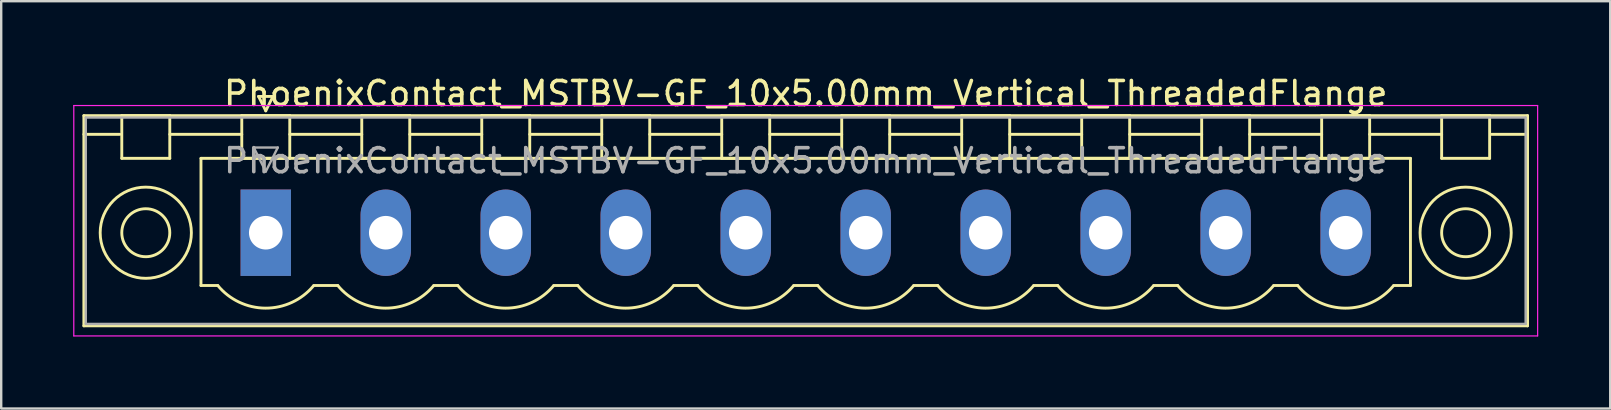
<source format=kicad_pcb>
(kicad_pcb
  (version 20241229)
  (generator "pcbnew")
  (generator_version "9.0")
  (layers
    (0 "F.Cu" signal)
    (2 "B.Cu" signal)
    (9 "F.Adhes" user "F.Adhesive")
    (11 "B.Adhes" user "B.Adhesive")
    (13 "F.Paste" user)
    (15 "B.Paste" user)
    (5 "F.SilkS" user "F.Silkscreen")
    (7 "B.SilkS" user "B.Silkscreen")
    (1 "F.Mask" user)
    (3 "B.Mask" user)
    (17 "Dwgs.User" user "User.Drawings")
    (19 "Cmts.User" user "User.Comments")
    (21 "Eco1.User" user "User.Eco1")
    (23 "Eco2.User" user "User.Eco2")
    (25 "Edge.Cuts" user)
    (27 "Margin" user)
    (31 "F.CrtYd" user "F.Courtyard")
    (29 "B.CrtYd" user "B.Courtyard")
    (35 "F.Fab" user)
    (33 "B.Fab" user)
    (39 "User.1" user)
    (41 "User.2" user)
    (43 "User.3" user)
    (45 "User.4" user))
  (footprint "PhoenixContact_MSTBV-GF_10x5.00mm_Vertical_ThreadedFlange"
    (layer "F.Cu")
    (at 8.025 6.648)
    (property "Reference" "PhoenixContact_MSTBV-GF_10x5.00mm_Vertical_ThreadedFlange" (at 22.5 -5.8 0) (layer "F.SilkS") (effects (font (size 1 1) (thickness 0.15))))
    (attr through_hole)
    (fp_line (start -7.58 -4.88) (end -7.58 3.88) (stroke (width 0.12) (type solid)) (layer "F.SilkS"))
    (fp_line (start -7.58 -4.1) (end -6.08 -4.1) (stroke (width 0.12) (type solid)) (layer "F.SilkS"))
    (fp_line (start -7.58 3.88) (end 52.58 3.88) (stroke (width 0.12) (type solid)) (layer "F.SilkS"))
    (fp_line (start -6 -4.88) (end -4 -4.88) (stroke (width 0.12) (type solid)) (layer "F.SilkS"))
    (fp_line (start -6 -3.1) (end -6 -4.88) (stroke (width 0.12) (type solid)) (layer "F.SilkS"))
    (fp_line (start -4 -4.88) (end -4 -3.1) (stroke (width 0.12) (type solid)) (layer "F.SilkS"))
    (fp_line (start -4 -4.1) (end -1 -4.1) (stroke (width 0.12) (type solid)) (layer "F.SilkS"))
    (fp_line (start -4 -3.1) (end -6 -3.1) (stroke (width 0.12) (type solid)) (layer "F.SilkS"))
    (fp_line (start -2.7 -3.1) (end 47.7 -3.1) (stroke (width 0.12) (type solid)) (layer "F.SilkS"))
    (fp_line (start -2.7 2.2) (end -2.7 -3.1) (stroke (width 0.12) (type solid)) (layer "F.SilkS"))
    (fp_line (start -2 2.2) (end -2.7 2.2) (stroke (width 0.12) (type solid)) (layer "F.SilkS"))
    (fp_line (start -1 -4.88) (end 1 -4.88) (stroke (width 0.12) (type solid)) (layer "F.SilkS"))
    (fp_line (start -1 -3.1) (end -1 -4.88) (stroke (width 0.12) (type solid)) (layer "F.SilkS"))
    (fp_line (start -0.3 -5.68) (end 0.3 -5.68) (stroke (width 0.12) (type solid)) (layer "F.SilkS"))
    (fp_line (start 0 -5.08) (end -0.3 -5.68) (stroke (width 0.12) (type solid)) (layer "F.SilkS"))
    (fp_line (start 0.3 -5.68) (end 0 -5.08) (stroke (width 0.12) (type solid)) (layer "F.SilkS"))
    (fp_line (start 1 -4.88) (end 1 -3.1) (stroke (width 0.12) (type solid)) (layer "F.SilkS"))
    (fp_line (start 1 -4.1) (end 4 -4.1) (stroke (width 0.12) (type solid)) (layer "F.SilkS"))
    (fp_line (start 1 -3.1) (end -1 -3.1) (stroke (width 0.12) (type solid)) (layer "F.SilkS"))
    (fp_line (start 2 2.2) (end 3 2.2) (stroke (width 0.12) (type solid)) (layer "F.SilkS"))
    (fp_line (start 4 -4.88) (end 6 -4.88) (stroke (width 0.12) (type solid)) (layer "F.SilkS"))
    (fp_line (start 4 -3.1) (end 4 -4.88) (stroke (width 0.12) (type solid)) (layer "F.SilkS"))
    (fp_line (start 6 -4.88) (end 6 -3.1) (stroke (width 0.12) (type solid)) (layer "F.SilkS"))
    (fp_line (start 6 -4.1) (end 9 -4.1) (stroke (width 0.12) (type solid)) (layer "F.SilkS"))
    (fp_line (start 6 -3.1) (end 4 -3.1) (stroke (width 0.12) (type solid)) (layer "F.SilkS"))
    (fp_line (start 7 2.2) (end 8 2.2) (stroke (width 0.12) (type solid)) (layer "F.SilkS"))
    (fp_line (start 9 -4.88) (end 11 -4.88) (stroke (width 0.12) (type solid)) (layer "F.SilkS"))
    (fp_line (start 9 -3.1) (end 9 -4.88) (stroke (width 0.12) (type solid)) (layer "F.SilkS"))
    (fp_line (start 11 -4.88) (end 11 -3.1) (stroke (width 0.12) (type solid)) (layer "F.SilkS"))
    (fp_line (start 11 -4.1) (end 14 -4.1) (stroke (width 0.12) (type solid)) (layer "F.SilkS"))
    (fp_line (start 11 -3.1) (end 9 -3.1) (stroke (width 0.12) (type solid)) (layer "F.SilkS"))
    (fp_line (start 12 2.2) (end 13 2.2) (stroke (width 0.12) (type solid)) (layer "F.SilkS"))
    (fp_line (start 14 -4.88) (end 16 -4.88) (stroke (width 0.12) (type solid)) (layer "F.SilkS"))
    (fp_line (start 14 -3.1) (end 14 -4.88) (stroke (width 0.12) (type solid)) (layer "F.SilkS"))
    (fp_line (start 16 -4.88) (end 16 -3.1) (stroke (width 0.12) (type solid)) (layer "F.SilkS"))
    (fp_line (start 16 -4.1) (end 19 -4.1) (stroke (width 0.12) (type solid)) (layer "F.SilkS"))
    (fp_line (start 16 -3.1) (end 14 -3.1) (stroke (width 0.12) (type solid)) (layer "F.SilkS"))
    (fp_line (start 17 2.2) (end 18 2.2) (stroke (width 0.12) (type solid)) (layer "F.SilkS"))
    (fp_line (start 19 -4.88) (end 21 -4.88) (stroke (width 0.12) (type solid)) (layer "F.SilkS"))
    (fp_line (start 19 -3.1) (end 19 -4.88) (stroke (width 0.12) (type solid)) (layer "F.SilkS"))
    (fp_line (start 21 -4.88) (end 21 -3.1) (stroke (width 0.12) (type solid)) (layer "F.SilkS"))
    (fp_line (start 21 -4.1) (end 24 -4.1) (stroke (width 0.12) (type solid)) (layer "F.SilkS"))
    (fp_line (start 21 -3.1) (end 19 -3.1) (stroke (width 0.12) (type solid)) (layer "F.SilkS"))
    (fp_line (start 22 2.2) (end 23 2.2) (stroke (width 0.12) (type solid)) (layer "F.SilkS"))
    (fp_line (start 24 -4.88) (end 26 -4.88) (stroke (width 0.12) (type solid)) (layer "F.SilkS"))
    (fp_line (start 24 -3.1) (end 24 -4.88) (stroke (width 0.12) (type solid)) (layer "F.SilkS"))
    (fp_line (start 26 -4.88) (end 26 -3.1) (stroke (width 0.12) (type solid)) (layer "F.SilkS"))
    (fp_line (start 26 -4.1) (end 29 -4.1) (stroke (width 0.12) (type solid)) (layer "F.SilkS"))
    (fp_line (start 26 -3.1) (end 24 -3.1) (stroke (width 0.12) (type solid)) (layer "F.SilkS"))
    (fp_line (start 27 2.2) (end 28 2.2) (stroke (width 0.12) (type solid)) (layer "F.SilkS"))
    (fp_line (start 29 -4.88) (end 31 -4.88) (stroke (width 0.12) (type solid)) (layer "F.SilkS"))
    (fp_line (start 29 -3.1) (end 29 -4.88) (stroke (width 0.12) (type solid)) (layer "F.SilkS"))
    (fp_line (start 31 -4.88) (end 31 -3.1) (stroke (width 0.12) (type solid)) (layer "F.SilkS"))
    (fp_line (start 31 -4.1) (end 34 -4.1) (stroke (width 0.12) (type solid)) (layer "F.SilkS"))
    (fp_line (start 31 -3.1) (end 29 -3.1) (stroke (width 0.12) (type solid)) (layer "F.SilkS"))
    (fp_line (start 32 2.2) (end 33 2.2) (stroke (width 0.12) (type solid)) (layer "F.SilkS"))
    (fp_line (start 34 -4.88) (end 36 -4.88) (stroke (width 0.12) (type solid)) (layer "F.SilkS"))
    (fp_line (start 34 -3.1) (end 34 -4.88) (stroke (width 0.12) (type solid)) (layer "F.SilkS"))
    (fp_line (start 36 -4.88) (end 36 -3.1) (stroke (width 0.12) (type solid)) (layer "F.SilkS"))
    (fp_line (start 36 -4.1) (end 39 -4.1) (stroke (width 0.12) (type solid)) (layer "F.SilkS"))
    (fp_line (start 36 -3.1) (end 34 -3.1) (stroke (width 0.12) (type solid)) (layer "F.SilkS"))
    (fp_line (start 37 2.2) (end 38 2.2) (stroke (width 0.12) (type solid)) (layer "F.SilkS"))
    (fp_line (start 39 -4.88) (end 41 -4.88) (stroke (width 0.12) (type solid)) (layer "F.SilkS"))
    (fp_line (start 39 -3.1) (end 39 -4.88) (stroke (width 0.12) (type solid)) (layer "F.SilkS"))
    (fp_line (start 41 -4.88) (end 41 -3.1) (stroke (width 0.12) (type solid)) (layer "F.SilkS"))
    (fp_line (start 41 -4.1) (end 44 -4.1) (stroke (width 0.12) (type solid)) (layer "F.SilkS"))
    (fp_line (start 41 -3.1) (end 39 -3.1) (stroke (width 0.12) (type solid)) (layer "F.SilkS"))
    (fp_line (start 42 2.2) (end 43 2.2) (stroke (width 0.12) (type solid)) (layer "F.SilkS"))
    (fp_line (start 44 -4.88) (end 46 -4.88) (stroke (width 0.12) (type solid)) (layer "F.SilkS"))
    (fp_line (start 44 -3.1) (end 44 -4.88) (stroke (width 0.12) (type solid)) (layer "F.SilkS"))
    (fp_line (start 46 -4.88) (end 46 -3.1) (stroke (width 0.12) (type solid)) (layer "F.SilkS"))
    (fp_line (start 46 -4.1) (end 49 -4.1) (stroke (width 0.12) (type solid)) (layer "F.SilkS"))
    (fp_line (start 46 -3.1) (end 44 -3.1) (stroke (width 0.12) (type solid)) (layer "F.SilkS"))
    (fp_line (start 47.7 -3.1) (end 47.7 2.2) (stroke (width 0.12) (type solid)) (layer "F.SilkS"))
    (fp_line (start 47.7 2.2) (end 47 2.2) (stroke (width 0.12) (type solid)) (layer "F.SilkS"))
    (fp_line (start 49 -4.88) (end 51 -4.88) (stroke (width 0.12) (type solid)) (layer "F.SilkS"))
    (fp_line (start 49 -3.1) (end 49 -4.88) (stroke (width 0.12) (type solid)) (layer "F.SilkS"))
    (fp_line (start 51 -4.88) (end 51 -3.1) (stroke (width 0.12) (type solid)) (layer "F.SilkS"))
    (fp_line (start 51 -3.1) (end 49 -3.1) (stroke (width 0.12) (type solid)) (layer "F.SilkS"))
    (fp_line (start 52.58 -4.88) (end -7.58 -4.88) (stroke (width 0.12) (type solid)) (layer "F.SilkS"))
    (fp_line (start 52.58 -4.1) (end 51.08 -4.1) (stroke (width 0.12) (type solid)) (layer "F.SilkS"))
    (fp_line (start 52.58 3.88) (end 52.58 -4.88) (stroke (width 0.12) (type solid)) (layer "F.SilkS"))
    (fp_arc (start 1.986842 2.215821) (mid -0.010289 3.142758) (end -2 2.2) (stroke (width 0.12) (type solid)) (layer "F.SilkS"))
    (fp_arc (start 6.986842 2.215821) (mid 4.989711 3.142758) (end 3 2.2) (stroke (width 0.12) (type solid)) (layer "F.SilkS"))
    (fp_arc (start 11.986842 2.215821) (mid 9.989711 3.142758) (end 8 2.2) (stroke (width 0.12) (type solid)) (layer "F.SilkS"))
    (fp_arc (start 16.986842 2.215821) (mid 14.989711 3.142758) (end 13 2.2) (stroke (width 0.12) (type solid)) (layer "F.SilkS"))
    (fp_arc (start 21.986842 2.215821) (mid 19.989711 3.142758) (end 18 2.2) (stroke (width 0.12) (type solid)) (layer "F.SilkS"))
    (fp_arc (start 26.986842 2.215821) (mid 24.989711 3.142758) (end 23 2.2) (stroke (width 0.12) (type solid)) (layer "F.SilkS"))
    (fp_arc (start 31.986842 2.215821) (mid 29.989711 3.142758) (end 28 2.2) (stroke (width 0.12) (type solid)) (layer "F.SilkS"))
    (fp_arc (start 36.986842 2.215821) (mid 34.989711 3.142758) (end 33 2.2) (stroke (width 0.12) (type solid)) (layer "F.SilkS"))
    (fp_arc (start 41.986842 2.215821) (mid 39.989711 3.142758) (end 38 2.2) (stroke (width 0.12) (type solid)) (layer "F.SilkS"))
    (fp_arc (start 46.986842 2.215821) (mid 44.989711 3.142758) (end 43 2.2) (stroke (width 0.12) (type solid)) (layer "F.SilkS"))
    (fp_circle (center -5 0) (end -4 0) (stroke (width 0.12) (type solid)) (fill no) (layer "F.SilkS"))
    (fp_circle (center -5 0) (end -3.1 0) (stroke (width 0.12) (type solid)) (fill no) (layer "F.SilkS"))
    (fp_circle (center 50 0) (end 51 0) (stroke (width 0.12) (type solid)) (fill no) (layer "F.SilkS"))
    (fp_circle (center 50 0) (end 51.9 0) (stroke (width 0.12) (type solid)) (fill no) (layer "F.SilkS"))
    (fp_line (start -8 -5.3) (end -8 4.3) (stroke (width 0.05) (type solid)) (layer "F.CrtYd"))
    (fp_line (start -8 4.3) (end 53 4.3) (stroke (width 0.05) (type solid)) (layer "F.CrtYd"))
    (fp_line (start 53 -5.3) (end -8 -5.3) (stroke (width 0.05) (type solid)) (layer "F.CrtYd"))
    (fp_line (start 53 4.3) (end 53 -5.3) (stroke (width 0.05) (type solid)) (layer "F.CrtYd"))
    (fp_line (start -7.5 -4.8) (end -7.5 3.8) (stroke (width 0.1) (type solid)) (layer "F.Fab"))
    (fp_line (start -7.5 3.8) (end 52.5 3.8) (stroke (width 0.1) (type solid)) (layer "F.Fab"))
    (fp_line (start -0.5 -3.55) (end 0.5 -3.55) (stroke (width 0.1) (type solid)) (layer "F.Fab"))
    (fp_line (start 0 -2.55) (end -0.5 -3.55) (stroke (width 0.1) (type solid)) (layer "F.Fab"))
    (fp_line (start 0.5 -3.55) (end 0 -2.55) (stroke (width 0.1) (type solid)) (layer "F.Fab"))
    (fp_line (start 52.5 -4.8) (end -7.5 -4.8) (stroke (width 0.1) (type solid)) (layer "F.Fab"))
    (fp_line (start 52.5 3.8) (end 52.5 -4.8) (stroke (width 0.1) (type solid)) (layer "F.Fab"))
    (fp_text user "${REFERENCE}" (at 22.5 -3 0) (layer "F.Fab") (effects (font (size 1 1) (thickness 0.15))))
    (pad "1" thru_hole rect (at 0 0) (size 2.1 3.6) (drill 1.4) (layers "*.Cu" "*.Mask"))
    (pad "2" thru_hole oval (at 5 0) (size 2.1 3.6) (drill 1.4) (layers "*.Cu" "*.Mask"))
    (pad "3" thru_hole oval (at 10 0) (size 2.1 3.6) (drill 1.4) (layers "*.Cu" "*.Mask"))
    (pad "4" thru_hole oval (at 15 0) (size 2.1 3.6) (drill 1.4) (layers "*.Cu" "*.Mask"))
    (pad "5" thru_hole oval (at 20 0) (size 2.1 3.6) (drill 1.4) (layers "*.Cu" "*.Mask"))
    (pad "6" thru_hole oval (at 25 0) (size 2.1 3.6) (drill 1.4) (layers "*.Cu" "*.Mask"))
    (pad "7" thru_hole oval (at 30 0) (size 2.1 3.6) (drill 1.4) (layers "*.Cu" "*.Mask"))
    (pad "8" thru_hole oval (at 35 0) (size 2.1 3.6) (drill 1.4) (layers "*.Cu" "*.Mask"))
    (pad "9" thru_hole oval (at 40 0) (size 2.1 3.6) (drill 1.4) (layers "*.Cu" "*.Mask"))
    (pad "10" thru_hole oval (at 45 0) (size 2.1 3.6) (drill 1.4) (layers "*.Cu" "*.Mask")))
  (gr_rect
    (start -3 -3)
    (end 64.05 13.973)
    (stroke (width 0.1) (type default))
    (fill no)
    (layer "Edge.Cuts")))
</source>
